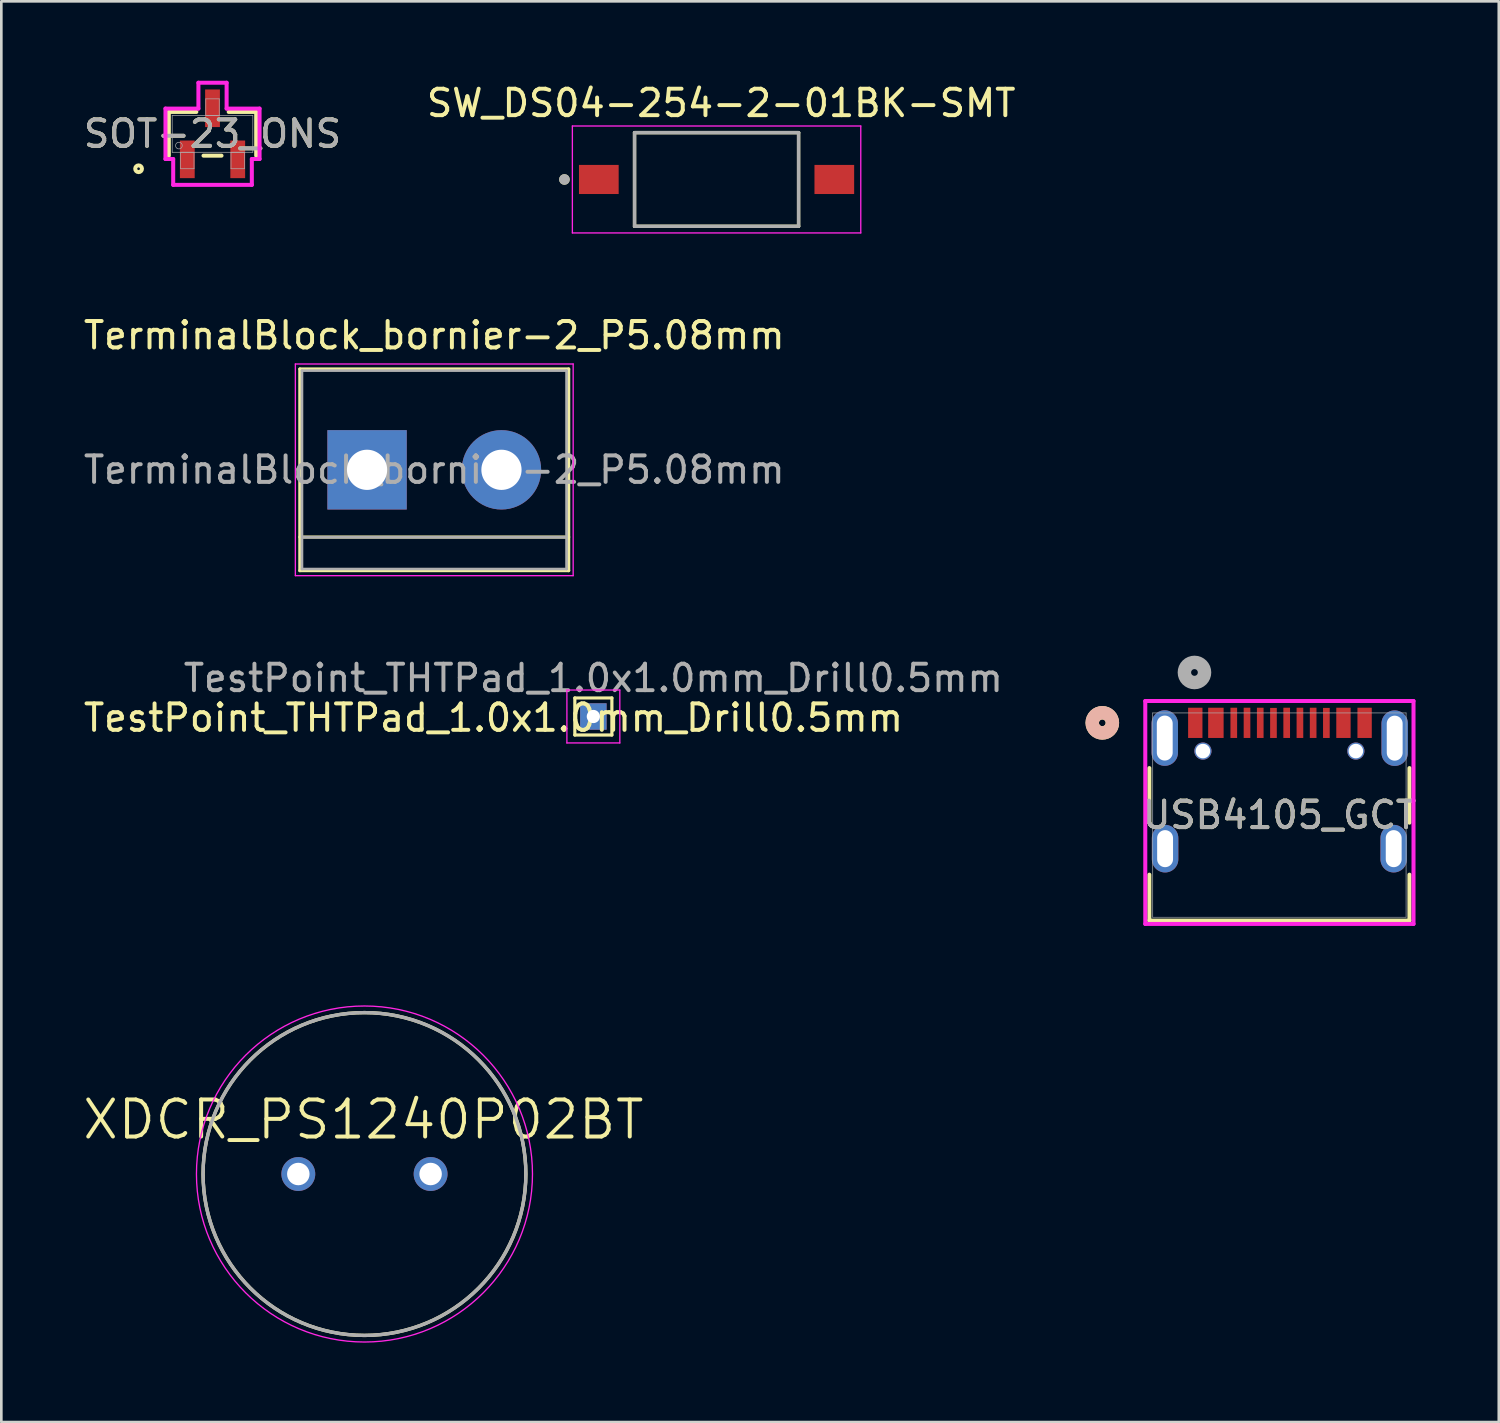
<source format=kicad_pcb>
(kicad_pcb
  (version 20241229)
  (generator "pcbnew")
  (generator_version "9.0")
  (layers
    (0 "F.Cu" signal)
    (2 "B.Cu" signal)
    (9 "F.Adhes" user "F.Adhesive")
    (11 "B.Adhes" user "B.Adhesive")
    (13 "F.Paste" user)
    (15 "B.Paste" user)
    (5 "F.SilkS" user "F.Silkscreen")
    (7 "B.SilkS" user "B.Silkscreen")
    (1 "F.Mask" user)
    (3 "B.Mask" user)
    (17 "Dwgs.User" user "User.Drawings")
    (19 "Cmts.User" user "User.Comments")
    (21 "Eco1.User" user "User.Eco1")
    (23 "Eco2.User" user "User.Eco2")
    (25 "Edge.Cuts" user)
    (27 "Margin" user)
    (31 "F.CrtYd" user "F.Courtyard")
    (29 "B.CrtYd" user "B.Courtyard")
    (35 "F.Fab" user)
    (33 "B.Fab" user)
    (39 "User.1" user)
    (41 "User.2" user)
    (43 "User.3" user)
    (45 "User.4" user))
  (footprint "USB4105_GCT"
    (layer "F.Cu")
    (at 45.305 31.617)
    (property "Reference" "USB4105_GCT" (at 0 -3.861 0) (unlocked yes) (layer "F.SilkS") (effects (font (size 1 1) (thickness 0.15))))
    (attr smd)
    (fp_line (start -4.915 -5.637) (end -4.915 -3.574) (stroke (width 0.152) (type solid)) (layer "F.SilkS"))
    (fp_line (start -4.915 -1.609) (end -4.915 0.127) (stroke (width 0.152) (type solid)) (layer "F.SilkS"))
    (fp_line (start -4.915 0.127) (end 4.915 0.127) (stroke (width 0.152) (type solid)) (layer "F.SilkS"))
    (fp_line (start 4.915 -3.574) (end 4.915 -5.637) (stroke (width 0.152) (type solid)) (layer "F.SilkS"))
    (fp_line (start 4.915 0.127) (end 4.915 -1.609) (stroke (width 0.152) (type solid)) (layer "F.SilkS"))
    (fp_circle (center -6.693 -7.347) (end -6.312 -7.347) (stroke (width 0.508) (type solid)) (fill no) (layer "F.SilkS"))
    (fp_circle (center -6.693 -7.347) (end -6.312 -7.347) (stroke (width 0.508) (type solid)) (fill no) (layer "B.SilkS"))
    (fp_line (start -5.069 -8.172) (end -5.069 0.254) (stroke (width 0.152) (type solid)) (layer "F.CrtYd"))
    (fp_line (start -5.069 0.254) (end 5.069 0.254) (stroke (width 0.152) (type solid)) (layer "F.CrtYd"))
    (fp_line (start 5.069 -8.172) (end -5.069 -8.172) (stroke (width 0.152) (type solid)) (layer "F.CrtYd"))
    (fp_line (start 5.069 0.254) (end 5.069 -8.172) (stroke (width 0.152) (type solid)) (layer "F.CrtYd"))
    (fp_line (start -4.788 -7.722) (end -4.788 0) (stroke (width 0.025) (type solid)) (layer "F.Fab"))
    (fp_line (start -4.788 0) (end 4.788 0) (stroke (width 0.025) (type solid)) (layer "F.Fab"))
    (fp_line (start 4.788 -7.722) (end -4.788 -7.722) (stroke (width 0.025) (type solid)) (layer "F.Fab"))
    (fp_line (start 4.788 0) (end 4.788 -7.722) (stroke (width 0.025) (type solid)) (layer "F.Fab"))
    (fp_circle (center -3.21 -9.251) (end -2.829 -9.251) (stroke (width 0.508) (type solid)) (fill no) (layer "F.Fab"))
    (fp_text user "${REFERENCE}" (at 0 -3.861 0) (unlocked yes) (layer "F.Fab") (effects (font (size 1 1) (thickness 0.15))))
    (pad "13" thru_hole oval (at -4.32 -2.592) (size 1 1.8) (drill oval 0.6 1.4) (layers "*.Cu" "*.Mask"))
    (pad "14" thru_hole oval (at 4.32 -2.592) (size 1 1.8) (drill oval 0.6 1.4) (layers "*.Cu" "*.Mask"))
    (pad "15" thru_hole oval (at -4.333 -6.772) (size 1 2.1) (drill oval 0.6 1.7) (layers "*.Cu" "*.Mask"))
    (pad "16" thru_hole oval (at 4.358 -6.768) (size 1 2.1) (drill oval 0.6 1.7) (layers "*.Cu" "*.Mask"))
    (pad "17" thru_hole circle (at -2.89 -6.28) (size 0.65 0.65) (drill 0.55) (layers "*.Cu" "*.Mask"))
    (pad "18" thru_hole circle (at 2.89 -6.28) (size 0.65 0.65) (drill 0.55) (layers "*.Cu" "*.Mask"))
    (pad "A1-B12" smd rect (at -3.179 -7.347) (size 0.542 1.143) (layers "F.Cu" "F.Mask" "F.Paste"))
    (pad "A4-B9" smd rect (at -2.4 -7.347) (size 0.584 1.143) (layers "F.Cu" "F.Mask" "F.Paste"))
    (pad "A5" smd rect (at -1.224 -7.347) (size 0.252 1.143) (layers "F.Cu" "F.Mask" "F.Paste"))
    (pad "A6" smd rect (at -0.224 -7.343) (size 0.252 1.136) (layers "F.Cu" "F.Mask" "F.Paste"))
    (pad "A7" smd rect (at 0.276 -7.347) (size 0.252 1.143) (layers "F.Cu" "F.Mask" "F.Paste"))
    (pad "A8" smd rect (at 1.276 -7.347) (size 0.252 1.143) (layers "F.Cu" "F.Mask" "F.Paste"))
    (pad "B1-A12" smd rect (at 3.221 -7.347) (size 0.542 1.143) (layers "F.Cu" "F.Mask" "F.Paste"))
    (pad "B4-A9" smd rect (at 2.421 -7.347) (size 0.542 1.143) (layers "F.Cu" "F.Mask" "F.Paste"))
    (pad "B5" smd rect (at 1.776 -7.343) (size 0.252 1.136) (layers "F.Cu" "F.Mask" "F.Paste"))
    (pad "B6" smd rect (at 0.776 -7.347) (size 0.252 1.143) (layers "F.Cu" "F.Mask" "F.Paste"))
    (pad "B7" smd rect (at -0.724 -7.347) (size 0.252 1.143) (layers "F.Cu" "F.Mask" "F.Paste"))
    (pad "B8" smd rect (at -1.724 -7.347) (size 0.252 1.143) (layers "F.Cu" "F.Mask" "F.Paste")))
  (footprint "SW_DS04-254-2-01BK-SMT"
    (layer "F.Cu")
    (at 24.033 3.733)
    (property "Reference" "SW_DS04-254-2-01BK-SMT" (at 0.175 -2.885 180) (layer "F.SilkS") (effects (font (size 1 1) (thickness 0.15))))
    (attr smd)
    (fp_line (start -3.1 -1.77) (end 3.1 -1.77) (stroke (width 0.127) (type solid)) (layer "F.SilkS"))
    (fp_line (start -3.1 1.77) (end -3.1 -1.77) (stroke (width 0.127) (type solid)) (layer "F.SilkS"))
    (fp_line (start 3.1 -1.77) (end 3.1 1.77) (stroke (width 0.127) (type solid)) (layer "F.SilkS"))
    (fp_line (start 3.1 1.77) (end -3.1 1.77) (stroke (width 0.127) (type solid)) (layer "F.SilkS"))
    (fp_circle (center -5.75 0) (end -5.65 0) (stroke (width 0.2) (type solid)) (fill no) (layer "F.SilkS"))
    (fp_line (start -5.45 -2.02) (end -5.45 2.02) (stroke (width 0.05) (type solid)) (layer "F.CrtYd"))
    (fp_line (start -5.45 2.02) (end 5.45 2.02) (stroke (width 0.05) (type solid)) (layer "F.CrtYd"))
    (fp_line (start 5.45 -2.02) (end -5.45 -2.02) (stroke (width 0.05) (type solid)) (layer "F.CrtYd"))
    (fp_line (start 5.45 2.02) (end 5.45 -2.02) (stroke (width 0.05) (type solid)) (layer "F.CrtYd"))
    (fp_line (start -3.1 -1.77) (end 3.1 -1.77) (stroke (width 0.127) (type solid)) (layer "F.Fab"))
    (fp_line (start -3.1 1.77) (end -3.1 -1.77) (stroke (width 0.127) (type solid)) (layer "F.Fab"))
    (fp_line (start 3.1 -1.77) (end 3.1 1.77) (stroke (width 0.127) (type solid)) (layer "F.Fab"))
    (fp_line (start 3.1 1.77) (end -3.1 1.77) (stroke (width 0.127) (type solid)) (layer "F.Fab"))
    (fp_circle (center -5.75 0) (end -5.65 0) (stroke (width 0.2) (type solid)) (fill no) (layer "F.Fab"))
    (pad "1" smd rect (at -4.45 0) (size 1.5 1.1) (layers "F.Cu" "F.Mask" "F.Paste"))
    (pad "2" smd rect (at 4.45 0) (size 1.5 1.1) (layers "F.Cu" "F.Mask" "F.Paste")))
  (footprint "TerminalBlock_bornier-2_P5.08mm"
    (layer "F.Cu")
    (at 10.823 14.707)
    (property "Reference" "TerminalBlock_bornier-2_P5.08mm" (at 2.54 -5.08 0) (layer "F.SilkS") (effects (font (size 1 1) (thickness 0.15))))
    (attr through_hole)
    (fp_line (start -2.54 -3.81) (end -2.54 3.81) (stroke (width 0.12) (type solid)) (layer "F.SilkS"))
    (fp_line (start -2.54 3.81) (end 7.62 3.81) (stroke (width 0.12) (type solid)) (layer "F.SilkS"))
    (fp_line (start 7.62 -3.81) (end -2.54 -3.81) (stroke (width 0.12) (type solid)) (layer "F.SilkS"))
    (fp_line (start 7.62 2.54) (end -2.54 2.54) (stroke (width 0.12) (type solid)) (layer "F.SilkS"))
    (fp_line (start 7.62 3.81) (end 7.62 -3.81) (stroke (width 0.12) (type solid)) (layer "F.SilkS"))
    (fp_line (start -2.71 -4) (end -2.71 4) (stroke (width 0.05) (type solid)) (layer "F.CrtYd"))
    (fp_line (start -2.71 -4) (end 7.79 -4) (stroke (width 0.05) (type solid)) (layer "F.CrtYd"))
    (fp_line (start 7.79 4) (end -2.71 4) (stroke (width 0.05) (type solid)) (layer "F.CrtYd"))
    (fp_line (start 7.79 4) (end 7.79 -4) (stroke (width 0.05) (type solid)) (layer "F.CrtYd"))
    (fp_line (start -2.46 -3.75) (end -2.46 3.75) (stroke (width 0.1) (type solid)) (layer "F.Fab"))
    (fp_line (start -2.46 3.75) (end 7.54 3.75) (stroke (width 0.1) (type solid)) (layer "F.Fab"))
    (fp_line (start -2.41 2.55) (end 7.49 2.55) (stroke (width 0.1) (type solid)) (layer "F.Fab"))
    (fp_line (start 7.54 -3.75) (end -2.46 -3.75) (stroke (width 0.1) (type solid)) (layer "F.Fab"))
    (fp_line (start 7.54 3.75) (end 7.54 -3.75) (stroke (width 0.1) (type solid)) (layer "F.Fab"))
    (fp_text user "${REFERENCE}" (at 2.54 0 0) (layer "F.Fab") (effects (font (size 1 1) (thickness 0.15))))
    (pad "1" thru_hole rect (at 0 0) (size 3 3) (drill 1.52) (layers "*.Cu" "*.Mask"))
    (pad "2" thru_hole circle (at 5.08 0) (size 3 3) (drill 1.52) (layers "*.Cu" "*.Mask")))
  (footprint "TestPoint_THTPad_1.0x1.0mm_Drill0.5mm"
    (layer "F.Cu")
    (at 19.376 24.03)
    (property "Reference" "TestPoint_THTPad_1.0x1.0mm_Drill0.5mm" (at -3.775 0.05 0) (layer "F.SilkS") (effects (font (size 1 1) (thickness 0.15))))
    (attr exclude_from_pos_files)
    (fp_line (start -0.7 -0.7) (end 0.7 -0.7) (stroke (width 0.12) (type solid)) (layer "F.SilkS"))
    (fp_line (start -0.7 0.7) (end -0.7 -0.7) (stroke (width 0.12) (type solid)) (layer "F.SilkS"))
    (fp_line (start 0.7 -0.7) (end 0.7 0.7) (stroke (width 0.12) (type solid)) (layer "F.SilkS"))
    (fp_line (start 0.7 0.7) (end -0.7 0.7) (stroke (width 0.12) (type solid)) (layer "F.SilkS"))
    (fp_line (start -1 -1) (end -1 1) (stroke (width 0.05) (type solid)) (layer "F.CrtYd"))
    (fp_line (start -1 -1) (end 1 -1) (stroke (width 0.05) (type solid)) (layer "F.CrtYd"))
    (fp_line (start 1 1) (end -1 1) (stroke (width 0.05) (type solid)) (layer "F.CrtYd"))
    (fp_line (start 1 1) (end 1 -1) (stroke (width 0.05) (type solid)) (layer "F.CrtYd"))
    (fp_text user "${REFERENCE}" (at 0 -1.45 0) (layer "F.Fab") (effects (font (size 1 1) (thickness 0.15))))
    (pad "1" thru_hole rect (at 0 0) (size 1 1) (drill 0.5) (layers "*.Cu" "*.Mask")))
  (footprint "SOT-23_ONS"
    (layer "F.Cu")
    (at 4.982 2.007)
    (property "Reference" "SOT-23_ONS" (at 0 0 0) (unlocked yes) (layer "F.SilkS") (effects (font (size 1 1) (thickness 0.15))))
    (attr smd)
    (fp_line (start -1.651 -0.826) (end -1.651 0.826) (stroke (width 0.152) (type solid)) (layer "F.SilkS"))
    (fp_line (start -0.612 -0.826) (end -1.651 -0.826) (stroke (width 0.152) (type solid)) (layer "F.SilkS"))
    (fp_line (start -0.34 0.826) (end 0.34 0.826) (stroke (width 0.152) (type solid)) (layer "F.SilkS"))
    (fp_line (start 1.651 -0.826) (end 0.612 -0.826) (stroke (width 0.152) (type solid)) (layer "F.SilkS"))
    (fp_line (start 1.651 0.826) (end 1.651 -0.826) (stroke (width 0.152) (type solid)) (layer "F.SilkS"))
    (fp_circle (center -2.794 1.321) (end -2.667 1.321) (stroke (width 0.152) (type solid)) (fill no) (layer "F.SilkS"))
    (fp_line (start -1.778 -0.953) (end -0.533 -0.953) (stroke (width 0.152) (type solid)) (layer "F.CrtYd"))
    (fp_line (start -1.778 0.953) (end -1.778 -0.953) (stroke (width 0.152) (type solid)) (layer "F.CrtYd"))
    (fp_line (start -1.778 0.953) (end -1.486 0.953) (stroke (width 0.152) (type solid)) (layer "F.CrtYd"))
    (fp_line (start -1.486 0.953) (end -1.486 1.93) (stroke (width 0.152) (type solid)) (layer "F.CrtYd"))
    (fp_line (start -1.486 1.93) (end 1.486 1.93) (stroke (width 0.152) (type solid)) (layer "F.CrtYd"))
    (fp_line (start -0.533 -1.93) (end 0.533 -1.93) (stroke (width 0.152) (type solid)) (layer "F.CrtYd"))
    (fp_line (start -0.533 -0.953) (end -0.533 -1.93) (stroke (width 0.152) (type solid)) (layer "F.CrtYd"))
    (fp_line (start 0.533 -0.953) (end 0.533 -1.93) (stroke (width 0.152) (type solid)) (layer "F.CrtYd"))
    (fp_line (start 1.486 0.953) (end 1.486 1.93) (stroke (width 0.152) (type solid)) (layer "F.CrtYd"))
    (fp_line (start 1.778 -0.953) (end 0.533 -0.953) (stroke (width 0.152) (type solid)) (layer "F.CrtYd"))
    (fp_line (start 1.778 -0.953) (end 1.778 0.953) (stroke (width 0.152) (type solid)) (layer "F.CrtYd"))
    (fp_line (start 1.778 0.953) (end 1.486 0.953) (stroke (width 0.152) (type solid)) (layer "F.CrtYd"))
    (fp_line (start -1.524 -0.699) (end -1.524 0.699) (stroke (width 0.025) (type solid)) (layer "F.Fab"))
    (fp_line (start -1.524 0.699) (end 1.524 0.699) (stroke (width 0.025) (type solid)) (layer "F.Fab"))
    (fp_line (start -1.206 0.699) (end -1.206 1.321) (stroke (width 0.025) (type solid)) (layer "F.Fab"))
    (fp_line (start -1.206 1.321) (end -0.699 1.321) (stroke (width 0.025) (type solid)) (layer "F.Fab"))
    (fp_line (start -0.699 0.699) (end -1.206 0.699) (stroke (width 0.025) (type solid)) (layer "F.Fab"))
    (fp_line (start -0.699 1.321) (end -0.699 0.699) (stroke (width 0.025) (type solid)) (layer "F.Fab"))
    (fp_line (start -0.254 -1.321) (end -0.254 -0.699) (stroke (width 0.025) (type solid)) (layer "F.Fab"))
    (fp_line (start -0.254 -0.699) (end 0.254 -0.699) (stroke (width 0.025) (type solid)) (layer "F.Fab"))
    (fp_line (start 0.254 -1.321) (end -0.254 -1.321) (stroke (width 0.025) (type solid)) (layer "F.Fab"))
    (fp_line (start 0.254 -0.699) (end 0.254 -1.321) (stroke (width 0.025) (type solid)) (layer "F.Fab"))
    (fp_line (start 0.699 0.699) (end 0.699 1.321) (stroke (width 0.025) (type solid)) (layer "F.Fab"))
    (fp_line (start 0.699 1.321) (end 1.206 1.321) (stroke (width 0.025) (type solid)) (layer "F.Fab"))
    (fp_line (start 1.206 0.699) (end 0.699 0.699) (stroke (width 0.025) (type solid)) (layer "F.Fab"))
    (fp_line (start 1.206 1.321) (end 1.206 0.699) (stroke (width 0.025) (type solid)) (layer "F.Fab"))
    (fp_line (start 1.524 -0.699) (end -1.524 -0.699) (stroke (width 0.025) (type solid)) (layer "F.Fab"))
    (fp_line (start 1.524 0.699) (end 1.524 -0.699) (stroke (width 0.025) (type solid)) (layer "F.Fab"))
    (fp_circle (center -1.27 0.445) (end -1.143 0.445) (stroke (width 0.025) (type solid)) (fill no) (layer "F.Fab"))
    (fp_text user "${REFERENCE}" (at 0 0 0) (unlocked yes) (layer "F.Fab") (effects (font (size 1 1) (thickness 0.15))))
    (pad "1" smd rect (at -0.953 0.965) (size 0.559 1.422) (layers "F.Cu" "F.Mask" "F.Paste"))
    (pad "2" smd rect (at 0.953 0.965) (size 0.559 1.422) (layers "F.Cu" "F.Mask" "F.Paste"))
    (pad "3" smd rect (at 0 -0.965) (size 0.559 1.422) (layers "F.Cu" "F.Mask" "F.Paste")))
  (footprint "XDCR_PS1240P02BT"
    (layer "F.Cu")
    (at 10.725 41.322)
    (property "Reference" "XDCR_PS1240P02BT" (at -0.04 -2.057 0) (layer "F.SilkS") (effects (font (size 1.4 1.4) (thickness 0.15))))
    (attr through_hole)
    (fp_circle (center 0 0) (end 6.1 0) (stroke (width 0.127) (type solid)) (fill no) (layer "F.SilkS"))
    (fp_circle (center 0 0) (end 6.35 0) (stroke (width 0.05) (type solid)) (fill no) (layer "F.CrtYd"))
    (fp_circle (center 0 0) (end 6.1 0) (stroke (width 0.127) (type solid)) (fill no) (layer "F.Fab"))
    (pad "1" thru_hole circle (at -2.5 0) (size 1.28 1.28) (drill 0.85) (layers "*.Cu" "*.Mask"))
    (pad "2" thru_hole circle (at 2.5 0) (size 1.28 1.28) (drill 0.85) (layers "*.Cu" "*.Mask")))
  (gr_rect
    (start -3 -3)
    (end 53.597 50.697)
    (stroke (width 0.1) (type default))
    (fill no)
    (layer "Edge.Cuts")))
</source>
